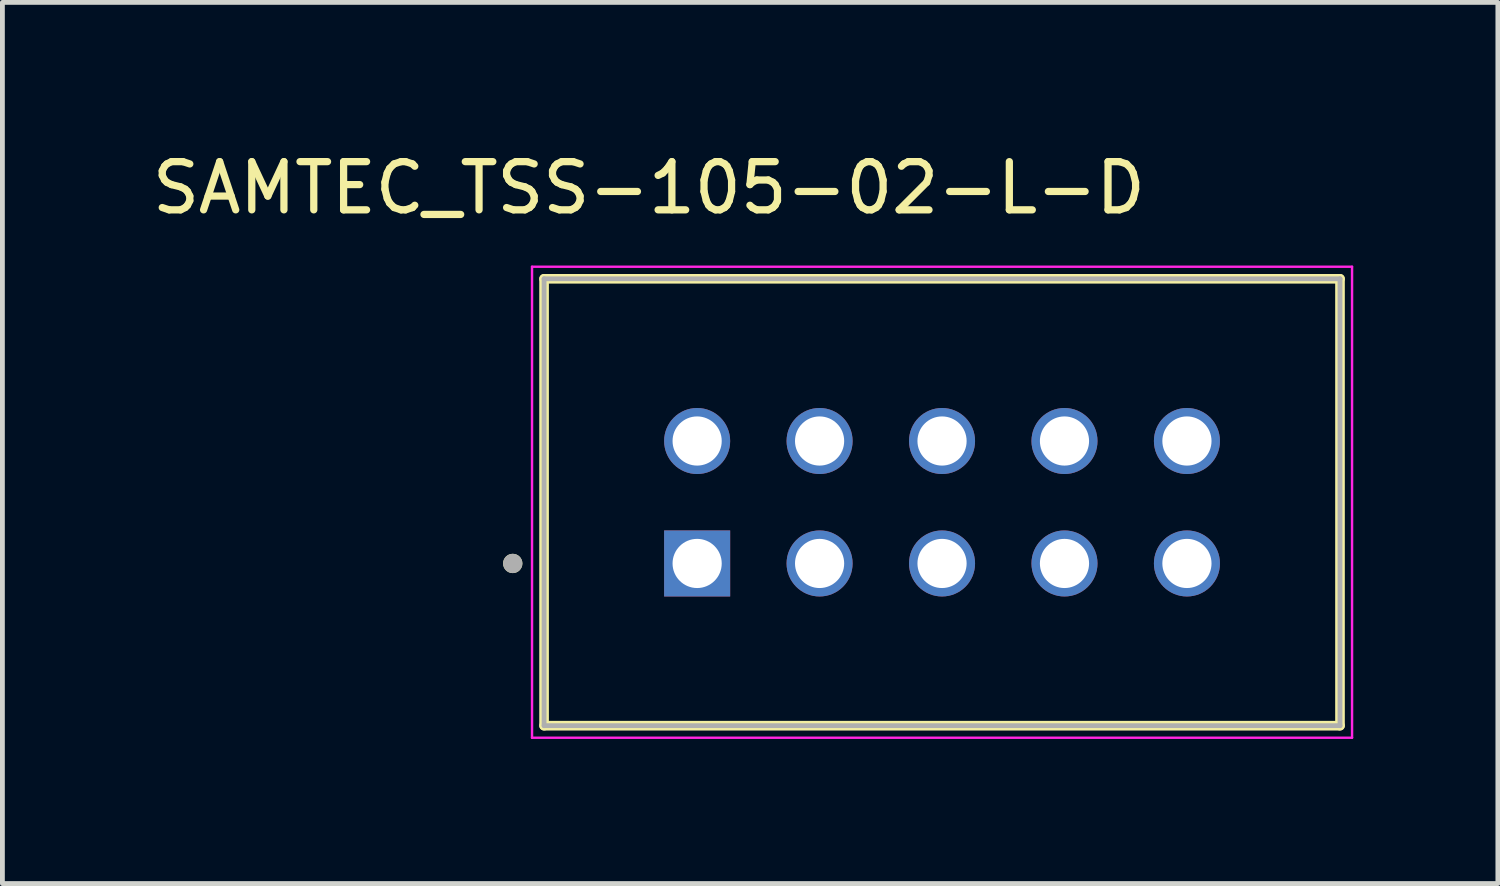
<source format=kicad_pcb>
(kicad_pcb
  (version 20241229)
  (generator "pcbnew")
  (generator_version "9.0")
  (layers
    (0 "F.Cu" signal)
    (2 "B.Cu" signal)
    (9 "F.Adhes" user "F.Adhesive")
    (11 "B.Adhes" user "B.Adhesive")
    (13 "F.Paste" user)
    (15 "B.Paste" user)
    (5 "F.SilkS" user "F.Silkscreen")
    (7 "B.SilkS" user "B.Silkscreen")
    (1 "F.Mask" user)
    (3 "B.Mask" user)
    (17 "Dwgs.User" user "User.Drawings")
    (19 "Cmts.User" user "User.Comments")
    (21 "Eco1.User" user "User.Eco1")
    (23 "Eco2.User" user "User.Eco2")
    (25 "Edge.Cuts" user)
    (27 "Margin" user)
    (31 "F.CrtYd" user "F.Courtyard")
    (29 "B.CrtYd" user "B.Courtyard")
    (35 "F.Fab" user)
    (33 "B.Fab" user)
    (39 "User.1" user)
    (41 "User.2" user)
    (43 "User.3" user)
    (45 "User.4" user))
  (footprint "SAMTEC_TSS-105-02-L-D"
    (layer "F.Cu")
    (at 11.411 8.638)
    (property "Reference" "SAMTEC_TSS-105-02-L-D" (at -1 -7.79 0) (layer "F.SilkS") (effects (font (size 1 1) (thickness 0.15))))
    (attr through_hole)
    (fp_line (start -3.175 3.365) (end -3.175 -5.905) (stroke (width 0.2) (type solid)) (layer "F.SilkS"))
    (fp_line (start 13.335 -5.905) (end -3.175 -5.905) (stroke (width 0.2) (type solid)) (layer "F.SilkS"))
    (fp_line (start 13.335 -5.905) (end 13.335 3.365) (stroke (width 0.2) (type solid)) (layer "F.SilkS"))
    (fp_line (start 13.335 3.365) (end -3.175 3.365) (stroke (width 0.2) (type solid)) (layer "F.SilkS"))
    (fp_circle (center -3.825 0) (end -3.725 0) (stroke (width 0.2) (type solid)) (fill no) (layer "F.SilkS"))
    (fp_line (start -3.425 -6.155) (end 13.585 -6.155) (stroke (width 0.05) (type solid)) (layer "F.CrtYd"))
    (fp_line (start -3.425 3.615) (end -3.425 -6.155) (stroke (width 0.05) (type solid)) (layer "F.CrtYd"))
    (fp_line (start 13.585 -6.155) (end 13.585 3.615) (stroke (width 0.05) (type solid)) (layer "F.CrtYd"))
    (fp_line (start 13.585 3.615) (end -3.425 3.615) (stroke (width 0.05) (type solid)) (layer "F.CrtYd"))
    (fp_line (start -3.175 -5.905) (end 13.335 -5.905) (stroke (width 0.1) (type solid)) (layer "F.Fab"))
    (fp_line (start -3.175 3.365) (end -3.175 -5.905) (stroke (width 0.1) (type solid)) (layer "F.Fab"))
    (fp_line (start 13.335 -5.905) (end 13.335 3.365) (stroke (width 0.1) (type solid)) (layer "F.Fab"))
    (fp_line (start 13.335 3.365) (end -3.175 3.365) (stroke (width 0.1) (type solid)) (layer "F.Fab"))
    (fp_circle (center -3.825 0) (end -3.725 0) (stroke (width 0.2) (type solid)) (fill no) (layer "F.Fab"))
    (pad "01" thru_hole rect (at 0 0) (size 1.37 1.37) (drill 1.02) (layers "*.Cu" "*.Mask"))
    (pad "02" thru_hole circle (at 0 -2.54) (size 1.37 1.37) (drill 1.02) (layers "*.Cu" "*.Mask"))
    (pad "03" thru_hole circle (at 2.54 0) (size 1.37 1.37) (drill 1.02) (layers "*.Cu" "*.Mask"))
    (pad "04" thru_hole circle (at 2.54 -2.54) (size 1.37 1.37) (drill 1.02) (layers "*.Cu" "*.Mask"))
    (pad "05" thru_hole circle (at 5.08 0) (size 1.37 1.37) (drill 1.02) (layers "*.Cu" "*.Mask"))
    (pad "06" thru_hole circle (at 5.08 -2.54) (size 1.37 1.37) (drill 1.02) (layers "*.Cu" "*.Mask"))
    (pad "07" thru_hole circle (at 7.62 0) (size 1.37 1.37) (drill 1.02) (layers "*.Cu" "*.Mask"))
    (pad "08" thru_hole circle (at 7.62 -2.54) (size 1.37 1.37) (drill 1.02) (layers "*.Cu" "*.Mask"))
    (pad "09" thru_hole circle (at 10.16 0) (size 1.37 1.37) (drill 1.02) (layers "*.Cu" "*.Mask"))
    (pad "10" thru_hole circle (at 10.16 -2.54) (size 1.37 1.37) (drill 1.02) (layers "*.Cu" "*.Mask")))
  (gr_rect
    (start -3 -3)
    (end 28.021 15.278)
    (stroke (width 0.1) (type default))
    (fill no)
    (layer "Edge.Cuts")))
</source>
